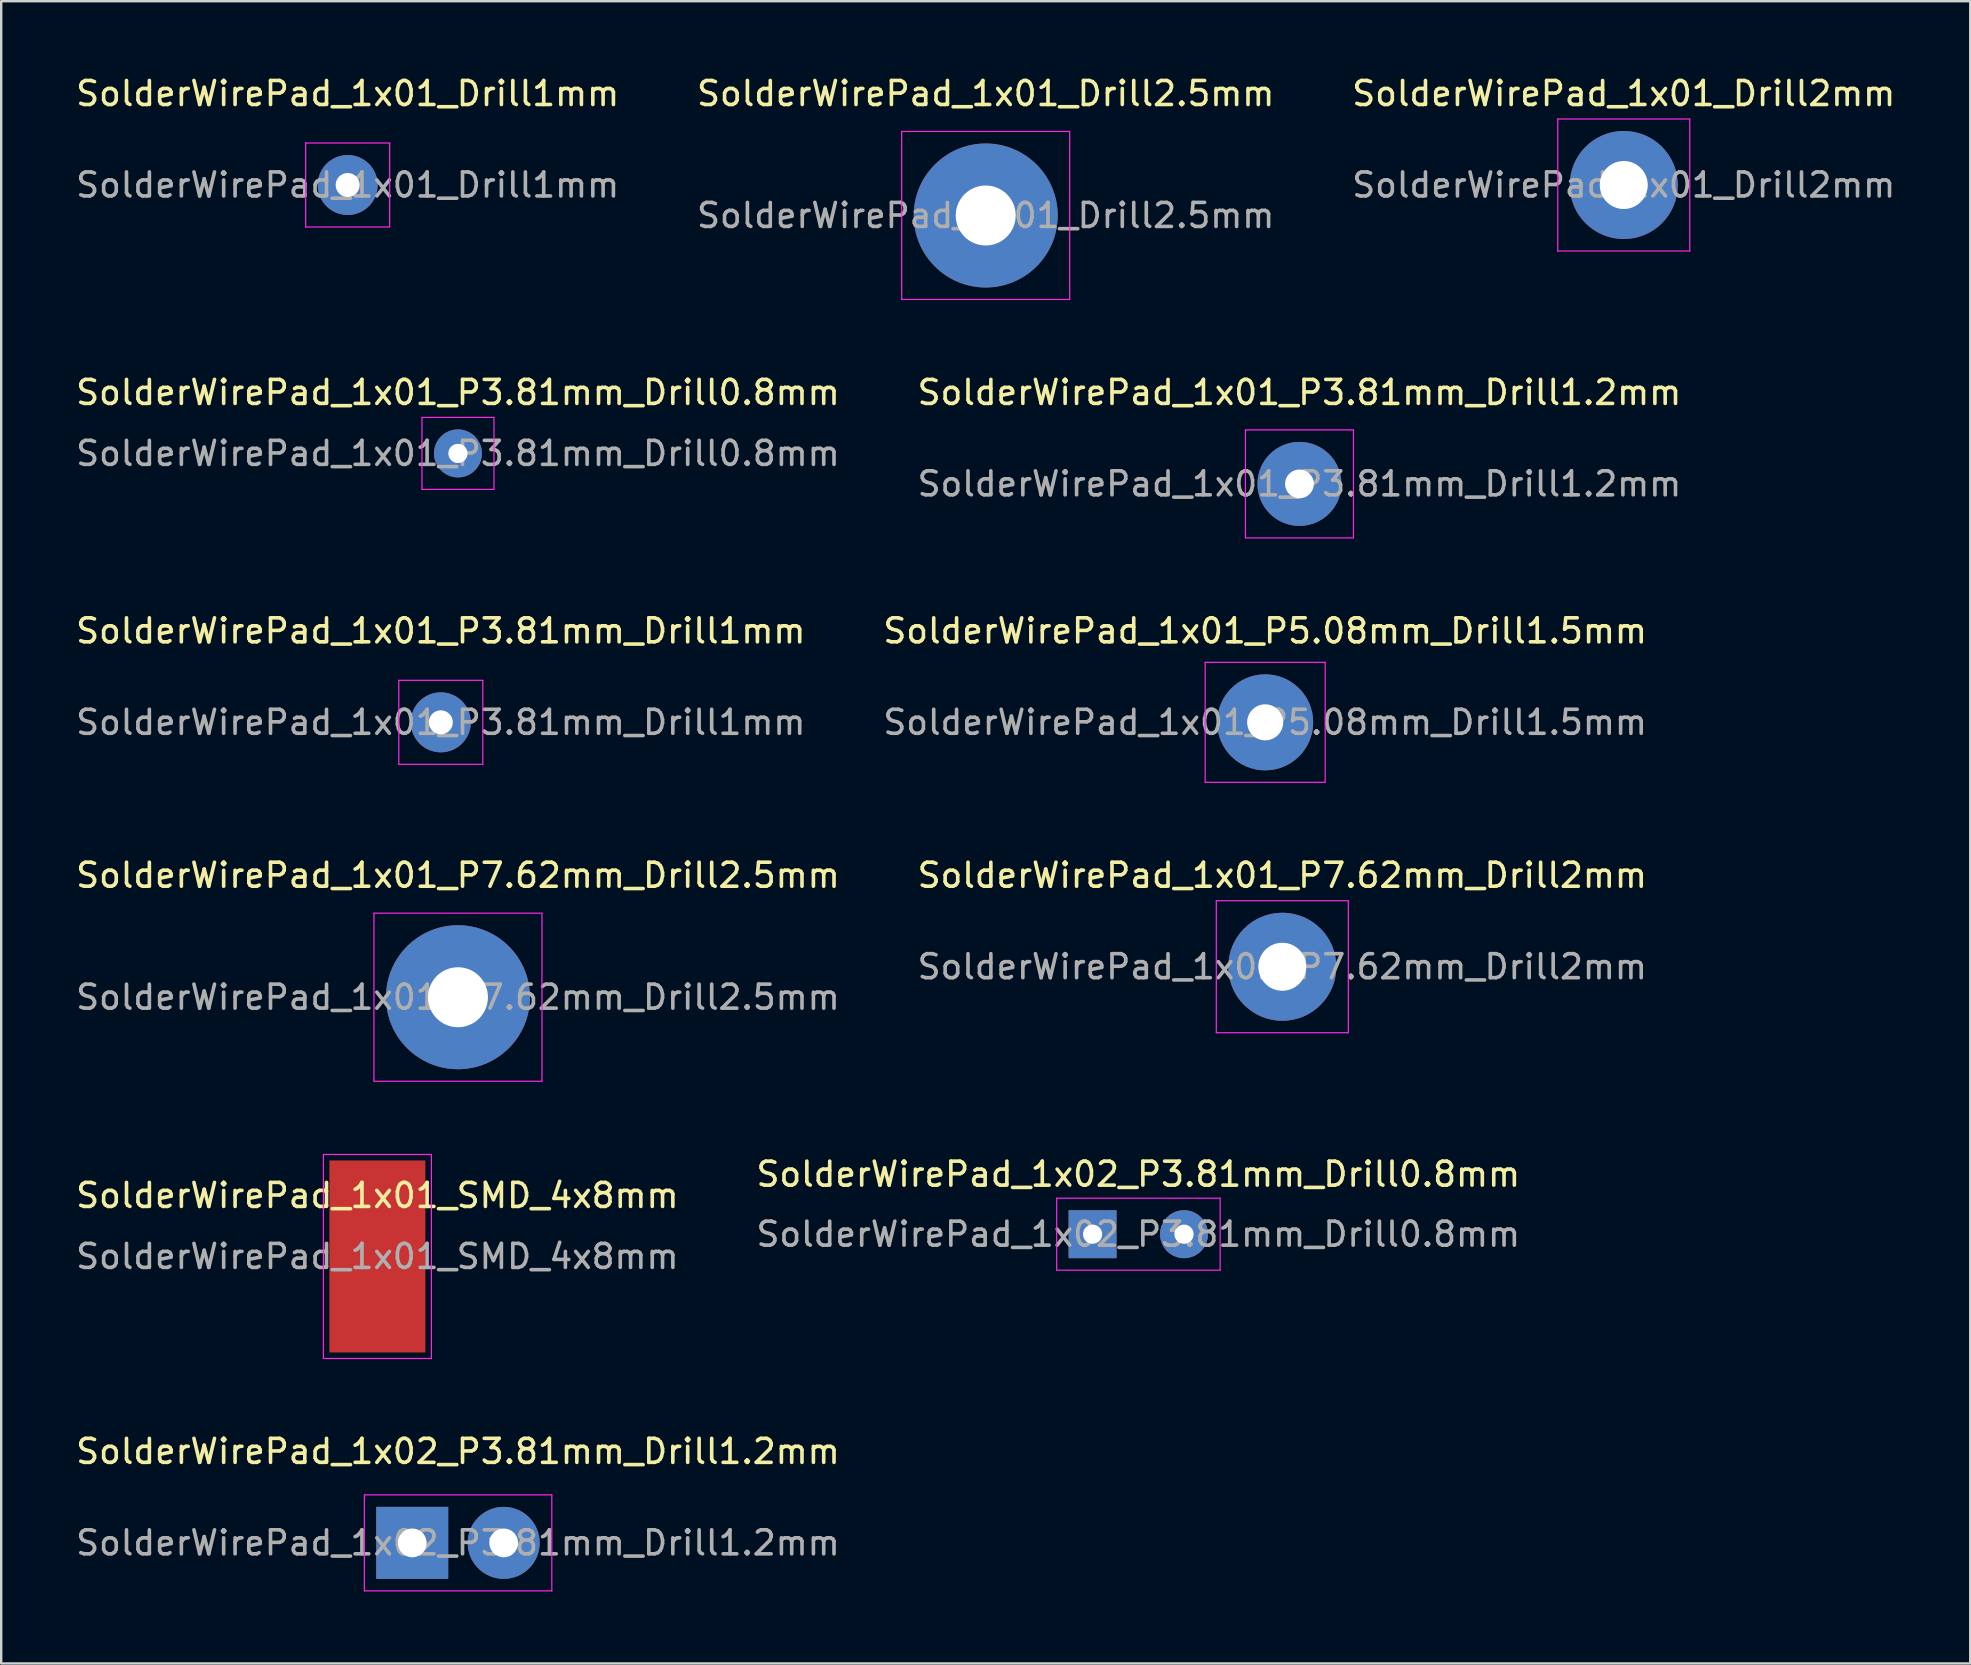
<source format=kicad_pcb>
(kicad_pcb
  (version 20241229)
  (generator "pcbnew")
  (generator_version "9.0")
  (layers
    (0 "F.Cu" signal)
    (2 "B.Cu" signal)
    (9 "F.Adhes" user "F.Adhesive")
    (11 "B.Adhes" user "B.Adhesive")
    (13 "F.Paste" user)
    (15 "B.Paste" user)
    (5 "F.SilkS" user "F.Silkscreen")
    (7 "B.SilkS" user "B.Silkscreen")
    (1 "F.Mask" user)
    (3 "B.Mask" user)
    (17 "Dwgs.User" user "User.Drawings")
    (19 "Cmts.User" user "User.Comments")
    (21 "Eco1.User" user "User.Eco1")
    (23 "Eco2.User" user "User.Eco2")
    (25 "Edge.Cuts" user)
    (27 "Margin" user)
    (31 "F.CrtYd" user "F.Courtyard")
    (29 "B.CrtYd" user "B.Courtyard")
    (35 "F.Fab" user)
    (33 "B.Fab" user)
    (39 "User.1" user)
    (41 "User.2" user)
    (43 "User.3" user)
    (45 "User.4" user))
  (footprint "SolderWirePad_1x01_Drill2.5mm"
    (layer "F.Cu")
    (at 38.018 5.928)
    (property "Reference" "SolderWirePad_1x01_Drill2.5mm" (at 0 -5.08 0) (layer "F.SilkS") (effects (font (size 1 1) (thickness 0.15))))
    (attr exclude_from_pos_files exclude_from_bom)
    (fp_line (start -3.5 -3.5) (end -3.5 3.5) (stroke (width 0.05) (type solid)) (layer "F.CrtYd"))
    (fp_line (start -3.5 -3.5) (end 3.5 -3.5) (stroke (width 0.05) (type solid)) (layer "F.CrtYd"))
    (fp_line (start 3.5 3.5) (end -3.5 3.5) (stroke (width 0.05) (type solid)) (layer "F.CrtYd"))
    (fp_line (start 3.5 3.5) (end 3.5 -3.5) (stroke (width 0.05) (type solid)) (layer "F.CrtYd"))
    (fp_text user "${REFERENCE}" (at 0 0 0) (layer "F.Fab") (effects (font (size 1 1) (thickness 0.15))))
    (pad "1" thru_hole circle (at 0 0) (size 5.999 5.999) (drill 2.499) (layers "*.Cu" "*.Mask")))
  (footprint "SolderWirePad_1x01_P3.81mm_Drill1mm"
    (layer "F.Cu")
    (at 15.315 27.045)
    (property "Reference" "SolderWirePad_1x01_P3.81mm_Drill1mm" (at 0 -3.81 0) (layer "F.SilkS") (effects (font (size 1 1) (thickness 0.15))))
    (attr exclude_from_pos_files exclude_from_bom)
    (fp_line (start -1.75 -1.75) (end -1.75 1.75) (stroke (width 0.05) (type solid)) (layer "F.CrtYd"))
    (fp_line (start -1.75 -1.75) (end 1.75 -1.75) (stroke (width 0.05) (type solid)) (layer "F.CrtYd"))
    (fp_line (start 1.75 1.75) (end -1.75 1.75) (stroke (width 0.05) (type solid)) (layer "F.CrtYd"))
    (fp_line (start 1.75 1.75) (end 1.75 -1.75) (stroke (width 0.05) (type solid)) (layer "F.CrtYd"))
    (fp_text user "${REFERENCE}" (at 0 0 0) (layer "F.Fab") (effects (font (size 1 1) (thickness 0.15))))
    (pad "1" thru_hole circle (at 0 0) (size 2.499 2.499) (drill 1.001) (layers "*.Cu" "*.Mask")))
  (footprint "SolderWirePad_1x01_Drill2mm"
    (layer "F.Cu")
    (at 64.601 4.658)
    (property "Reference" "SolderWirePad_1x01_Drill2mm" (at 0 -3.81 0) (layer "F.SilkS") (effects (font (size 1 1) (thickness 0.15))))
    (attr exclude_from_pos_files exclude_from_bom)
    (fp_line (start -2.75 -2.75) (end -2.75 2.75) (stroke (width 0.05) (type solid)) (layer "F.CrtYd"))
    (fp_line (start -2.75 -2.75) (end 2.75 -2.75) (stroke (width 0.05) (type solid)) (layer "F.CrtYd"))
    (fp_line (start 2.75 2.75) (end -2.75 2.75) (stroke (width 0.05) (type solid)) (layer "F.CrtYd"))
    (fp_line (start 2.75 2.75) (end 2.75 -2.75) (stroke (width 0.05) (type solid)) (layer "F.CrtYd"))
    (fp_text user "${REFERENCE}" (at 0 0 0) (layer "F.Fab") (effects (font (size 1 1) (thickness 0.15))))
    (pad "1" thru_hole circle (at 0 0) (size 4.501 4.501) (drill 1.999) (layers "*.Cu" "*.Mask")))
  (footprint "SolderWirePad_1x01_P3.81mm_Drill1.2mm"
    (layer "F.Cu")
    (at 51.089 17.111)
    (property "Reference" "SolderWirePad_1x01_P3.81mm_Drill1.2mm" (at 0 -3.81 0) (layer "F.SilkS") (effects (font (size 1 1) (thickness 0.15))))
    (attr exclude_from_pos_files exclude_from_bom)
    (fp_line (start -2.25 -2.25) (end -2.25 2.25) (stroke (width 0.05) (type solid)) (layer "F.CrtYd"))
    (fp_line (start -2.25 -2.25) (end 2.25 -2.25) (stroke (width 0.05) (type solid)) (layer "F.CrtYd"))
    (fp_line (start 2.25 2.25) (end -2.25 2.25) (stroke (width 0.05) (type solid)) (layer "F.CrtYd"))
    (fp_line (start 2.25 2.25) (end 2.25 -2.25) (stroke (width 0.05) (type solid)) (layer "F.CrtYd"))
    (fp_text user "${REFERENCE}" (at 0 0 0) (layer "F.Fab") (effects (font (size 1 1) (thickness 0.15))))
    (pad "1" thru_hole circle (at 0 0) (size 3.5 3.5) (drill 1.199) (layers "*.Cu" "*.Mask")))
  (footprint "SolderWirePad_1x01_P5.08mm_Drill1.5mm"
    (layer "F.Cu")
    (at 49.661 27.045)
    (property "Reference" "SolderWirePad_1x01_P5.08mm_Drill1.5mm" (at 0 -3.81 0) (layer "F.SilkS") (effects (font (size 1 1) (thickness 0.15))))
    (attr exclude_from_pos_files exclude_from_bom)
    (fp_line (start -2.5 -2.5) (end -2.5 2.5) (stroke (width 0.05) (type solid)) (layer "F.CrtYd"))
    (fp_line (start -2.5 -2.5) (end 2.5 -2.5) (stroke (width 0.05) (type solid)) (layer "F.CrtYd"))
    (fp_line (start 2.5 2.5) (end -2.5 2.5) (stroke (width 0.05) (type solid)) (layer "F.CrtYd"))
    (fp_line (start 2.5 2.5) (end 2.5 -2.5) (stroke (width 0.05) (type solid)) (layer "F.CrtYd"))
    (fp_text user "${REFERENCE}" (at 0 0 0) (layer "F.Fab") (effects (font (size 1 1) (thickness 0.15))))
    (pad "1" thru_hole circle (at 0 0) (size 4 4) (drill 1.501) (layers "*.Cu" "*.Mask")))
  (footprint "SolderWirePad_1x01_P7.62mm_Drill2.5mm"
    (layer "F.Cu")
    (at 16.03 38.498)
    (property "Reference" "SolderWirePad_1x01_P7.62mm_Drill2.5mm" (at 0 -5.08 0) (layer "F.SilkS") (effects (font (size 1 1) (thickness 0.15))))
    (attr exclude_from_pos_files exclude_from_bom)
    (fp_line (start -3.5 -3.5) (end -3.5 3.5) (stroke (width 0.05) (type solid)) (layer "F.CrtYd"))
    (fp_line (start -3.5 -3.5) (end 3.5 -3.5) (stroke (width 0.05) (type solid)) (layer "F.CrtYd"))
    (fp_line (start 3.5 3.5) (end -3.5 3.5) (stroke (width 0.05) (type solid)) (layer "F.CrtYd"))
    (fp_line (start 3.5 3.5) (end 3.5 -3.5) (stroke (width 0.05) (type solid)) (layer "F.CrtYd"))
    (fp_text user "${REFERENCE}" (at 0 0 0) (layer "F.Fab") (effects (font (size 1 1) (thickness 0.15))))
    (pad "1" thru_hole circle (at 0 0) (size 5.999 5.999) (drill 2.499) (layers "*.Cu" "*.Mask")))
  (footprint "SolderWirePad_1x01_P7.62mm_Drill2mm"
    (layer "F.Cu")
    (at 50.375 37.228)
    (property "Reference" "SolderWirePad_1x01_P7.62mm_Drill2mm" (at 0 -3.81 0) (layer "F.SilkS") (effects (font (size 1 1) (thickness 0.15))))
    (attr exclude_from_pos_files exclude_from_bom)
    (fp_line (start -2.75 -2.75) (end -2.75 2.75) (stroke (width 0.05) (type solid)) (layer "F.CrtYd"))
    (fp_line (start -2.75 -2.75) (end 2.75 -2.75) (stroke (width 0.05) (type solid)) (layer "F.CrtYd"))
    (fp_line (start 2.75 2.75) (end -2.75 2.75) (stroke (width 0.05) (type solid)) (layer "F.CrtYd"))
    (fp_line (start 2.75 2.75) (end 2.75 -2.75) (stroke (width 0.05) (type solid)) (layer "F.CrtYd"))
    (fp_text user "${REFERENCE}" (at 0 0 0) (layer "F.Fab") (effects (font (size 1 1) (thickness 0.15))))
    (pad "1" thru_hole circle (at 0 0) (size 4.501 4.501) (drill 1.999) (layers "*.Cu" "*.Mask")))
  (footprint "SolderWirePad_1x02_P3.81mm_Drill1.2mm"
    (layer "F.Cu")
    (at 16.03 61.231)
    (property "Reference" "SolderWirePad_1x02_P3.81mm_Drill1.2mm" (at 0 -3.81 0) (layer "F.SilkS") (effects (font (size 1 1) (thickness 0.15))))
    (attr exclude_from_pos_files exclude_from_bom)
    (fp_line (start -3.9 -2) (end -3.9 2) (stroke (width 0.05) (type solid)) (layer "F.CrtYd"))
    (fp_line (start -3.9 -2) (end 3.91 -2) (stroke (width 0.05) (type solid)) (layer "F.CrtYd"))
    (fp_line (start 3.91 2) (end -3.9 2) (stroke (width 0.05) (type solid)) (layer "F.CrtYd"))
    (fp_line (start 3.91 2) (end 3.91 -2) (stroke (width 0.05) (type solid)) (layer "F.CrtYd"))
    (fp_text user "${REFERENCE}" (at 0 0 0) (layer "F.Fab") (effects (font (size 1 1) (thickness 0.15))))
    (pad "1" thru_hole rect (at -1.905 0) (size 3 3) (drill 1.199) (layers "*.Cu" "*.Mask"))
    (pad "2" thru_hole circle (at 1.905 0) (size 3 3) (drill 1.199) (layers "*.Cu" "*.Mask")))
  (footprint "SolderWirePad_1x01_P3.81mm_Drill0.8mm"
    (layer "F.Cu")
    (at 16.03 15.841)
    (property "Reference" "SolderWirePad_1x01_P3.81mm_Drill0.8mm" (at 0 -2.54 0) (layer "F.SilkS") (effects (font (size 1 1) (thickness 0.15))))
    (attr exclude_from_pos_files exclude_from_bom)
    (fp_line (start -1.5 -1.5) (end -1.5 1.5) (stroke (width 0.05) (type solid)) (layer "F.CrtYd"))
    (fp_line (start -1.5 -1.5) (end 1.5 -1.5) (stroke (width 0.05) (type solid)) (layer "F.CrtYd"))
    (fp_line (start 1.5 1.5) (end -1.5 1.5) (stroke (width 0.05) (type solid)) (layer "F.CrtYd"))
    (fp_line (start 1.5 1.5) (end 1.5 -1.5) (stroke (width 0.05) (type solid)) (layer "F.CrtYd"))
    (fp_text user "${REFERENCE}" (at 0 0 0) (layer "F.Fab") (effects (font (size 1 1) (thickness 0.15))))
    (pad "1" thru_hole circle (at 0 0) (size 1.999 1.999) (drill 0.8) (layers "*.Cu" "*.Mask")))
  (footprint "SolderWirePad_1x01_SMD_4x8mm"
    (layer "F.Cu")
    (at 12.673 49.298)
    (property "Reference" "SolderWirePad_1x01_SMD_4x8mm" (at 0 -2.54 0) (layer "F.SilkS") (effects (font (size 1 1) (thickness 0.15))))
    (attr exclude_from_pos_files exclude_from_bom)
    (fp_line (start -2.25 -4.25) (end -2.25 4.25) (stroke (width 0.05) (type solid)) (layer "F.CrtYd"))
    (fp_line (start -2.25 4.25) (end 2.25 4.25) (stroke (width 0.05) (type solid)) (layer "F.CrtYd"))
    (fp_line (start 2.25 -4.25) (end -2.25 -4.25) (stroke (width 0.05) (type solid)) (layer "F.CrtYd"))
    (fp_line (start 2.25 4.25) (end 2.25 -4.25) (stroke (width 0.05) (type solid)) (layer "F.CrtYd"))
    (fp_text user "${REFERENCE}" (at 0 0 0) (layer "F.Fab") (effects (font (size 1 1) (thickness 0.15))))
    (pad "1" smd rect (at 0 0) (size 4 8) (layers "F.Cu" "F.Mask" "F.Paste")))
  (footprint "SolderWirePad_1x01_Drill1mm"
    (layer "F.Cu")
    (at 11.435 4.658)
    (property "Reference" "SolderWirePad_1x01_Drill1mm" (at 0 -3.81 0) (layer "F.SilkS") (effects (font (size 1 1) (thickness 0.15))))
    (attr exclude_from_pos_files exclude_from_bom)
    (fp_line (start -1.75 -1.75) (end -1.75 1.75) (stroke (width 0.05) (type solid)) (layer "F.CrtYd"))
    (fp_line (start -1.75 -1.75) (end 1.75 -1.75) (stroke (width 0.05) (type solid)) (layer "F.CrtYd"))
    (fp_line (start 1.75 1.75) (end -1.75 1.75) (stroke (width 0.05) (type solid)) (layer "F.CrtYd"))
    (fp_line (start 1.75 1.75) (end 1.75 -1.75) (stroke (width 0.05) (type solid)) (layer "F.CrtYd"))
    (fp_text user "${REFERENCE}" (at 0 0 0) (layer "F.Fab") (effects (font (size 1 1) (thickness 0.15))))
    (pad "1" thru_hole circle (at 0 0) (size 2.499 2.499) (drill 1.001) (layers "*.Cu" "*.Mask")))
  (footprint "SolderWirePad_1x02_P3.81mm_Drill0.8mm"
    (layer "F.Cu")
    (at 42.47 48.371)
    (property "Reference" "SolderWirePad_1x02_P3.81mm_Drill0.8mm" (at 1.905 -2.5 0) (layer "F.SilkS") (effects (font (size 1 1) (thickness 0.15))))
    (attr exclude_from_pos_files exclude_from_bom)
    (fp_line (start -1.495 -1.5) (end -1.495 1.5) (stroke (width 0.05) (type solid)) (layer "F.CrtYd"))
    (fp_line (start -1.495 -1.5) (end 5.315 -1.5) (stroke (width 0.05) (type solid)) (layer "F.CrtYd"))
    (fp_line (start 5.315 1.5) (end -1.495 1.5) (stroke (width 0.05) (type solid)) (layer "F.CrtYd"))
    (fp_line (start 5.315 1.5) (end 5.315 -1.5) (stroke (width 0.05) (type solid)) (layer "F.CrtYd"))
    (fp_text user "${REFERENCE}" (at 1.905 0 0) (layer "F.Fab") (effects (font (size 1 1) (thickness 0.15))))
    (pad "1" thru_hole rect (at 0 0) (size 1.999 1.999) (drill 0.8) (layers "*.Cu" "*.Mask"))
    (pad "2" thru_hole circle (at 3.81 0) (size 1.999 1.999) (drill 0.8) (layers "*.Cu" "*.Mask")))
  (gr_rect
    (start -3 -3)
    (end 79.036 66.256)
    (stroke (width 0.1) (type default))
    (fill no)
    (layer "Edge.Cuts")))
</source>
